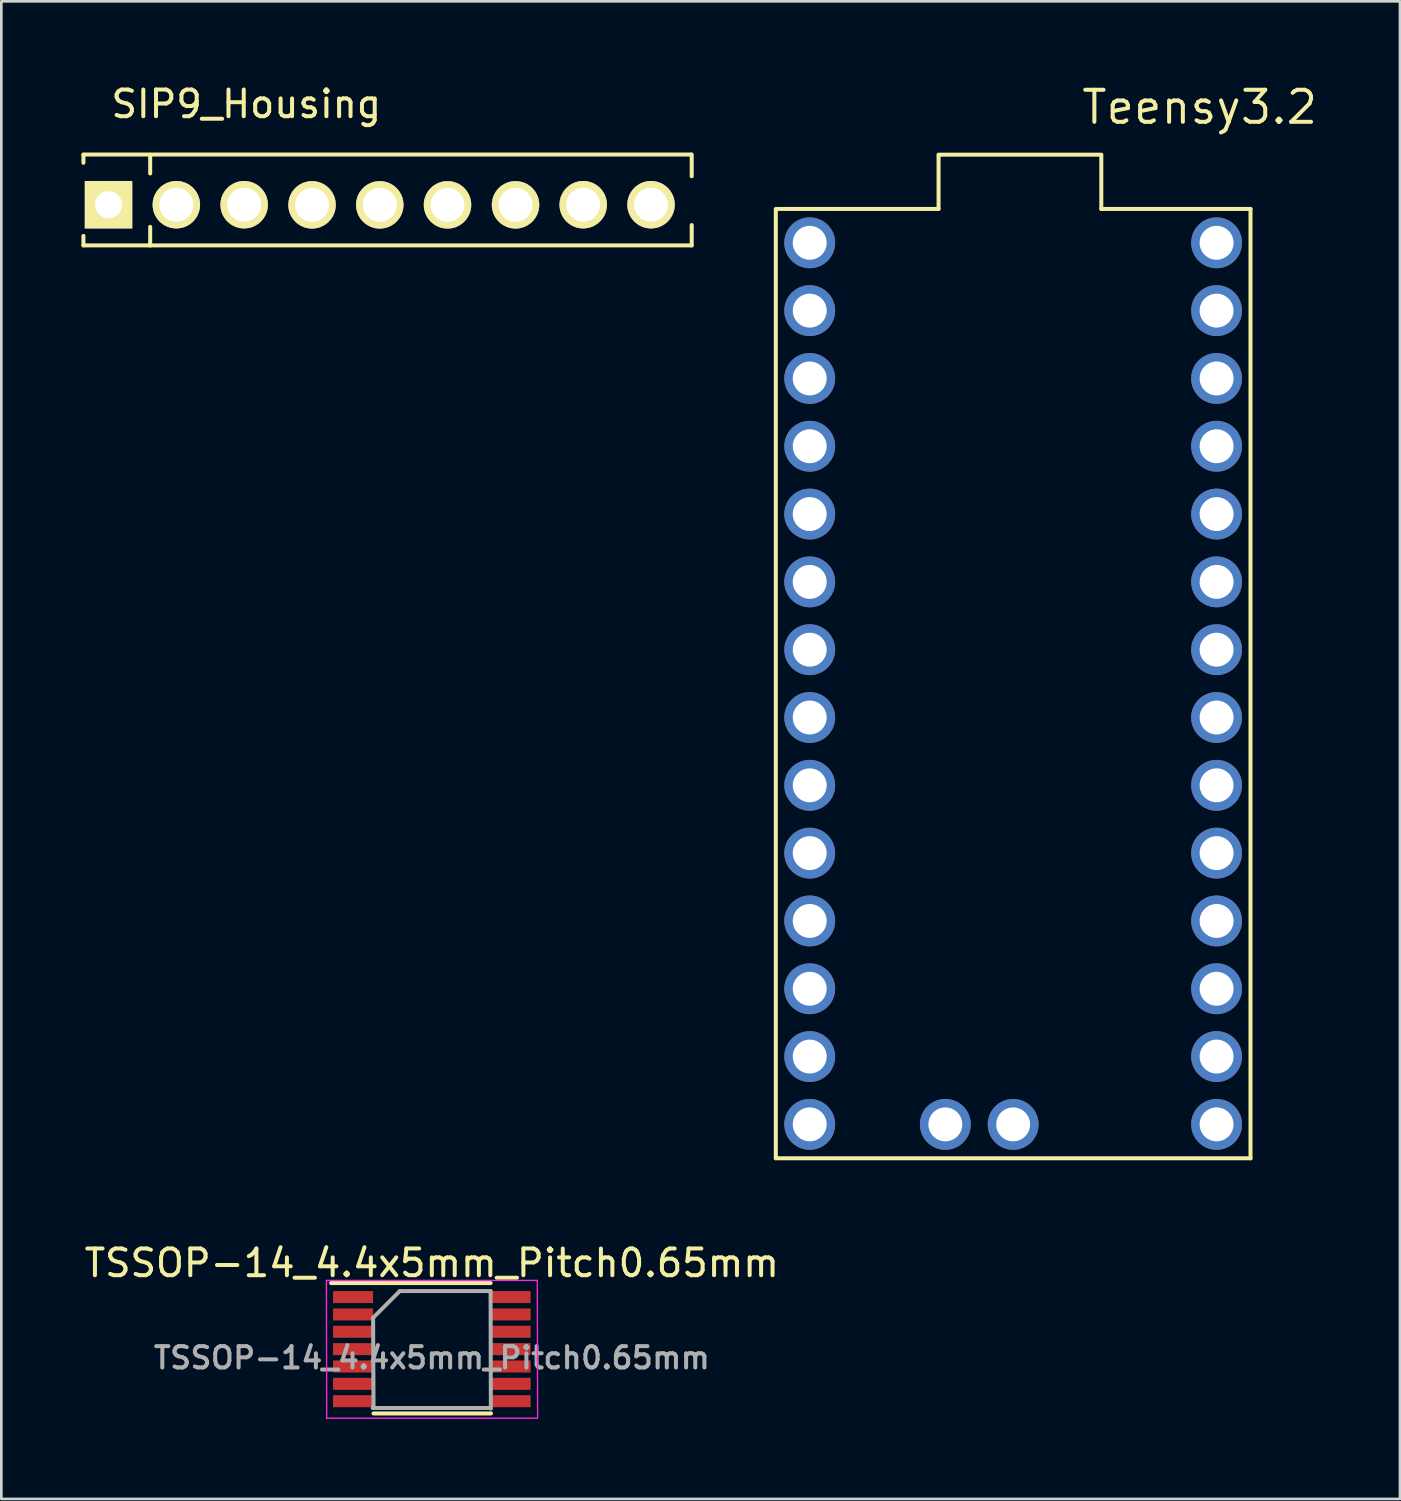
<source format=kicad_pcb>
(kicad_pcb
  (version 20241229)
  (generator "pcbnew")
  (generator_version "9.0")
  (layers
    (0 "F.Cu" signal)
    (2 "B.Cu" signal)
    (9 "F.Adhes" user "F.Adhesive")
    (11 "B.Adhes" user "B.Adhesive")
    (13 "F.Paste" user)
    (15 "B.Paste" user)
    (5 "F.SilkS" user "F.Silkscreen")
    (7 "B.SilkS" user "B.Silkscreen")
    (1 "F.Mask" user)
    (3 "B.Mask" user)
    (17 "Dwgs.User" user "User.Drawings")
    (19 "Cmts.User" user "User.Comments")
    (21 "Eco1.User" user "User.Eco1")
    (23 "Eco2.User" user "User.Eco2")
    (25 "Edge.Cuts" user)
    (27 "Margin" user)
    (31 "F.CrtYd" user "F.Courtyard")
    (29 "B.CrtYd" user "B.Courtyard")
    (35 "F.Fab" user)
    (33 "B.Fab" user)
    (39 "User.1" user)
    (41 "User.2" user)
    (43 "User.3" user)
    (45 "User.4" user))
  (footprint "TSSOP-14_4.4x5mm_Pitch0.65mm"
    (layer "F.Cu")
    (at 13.125 47.809)
    (property "Reference" "TSSOP-14_4.4x5mm_Pitch0.65mm" (at 0 -3.55 0) (layer "F.SilkS") (effects (font (size 1 1) (thickness 0.15))))
    (attr smd)
    (fp_line (start -3.775 -2.8) (end 2.2 -2.8) (stroke (width 0.15) (type solid)) (layer "F.SilkS"))
    (fp_line (start -2.184 2.083) (end 2.216 2.083) (stroke (width 0.15) (type solid)) (layer "F.SilkS"))
    (fp_line (start -3.95 -2.9) (end -3.937 2.261) (stroke (width 0.05) (type solid)) (layer "F.CrtYd"))
    (fp_line (start -3.95 -2.9) (end 3.95 -2.9) (stroke (width 0.05) (type solid)) (layer "F.CrtYd"))
    (fp_line (start -3.95 2.261) (end 3.95 2.261) (stroke (width 0.05) (type solid)) (layer "F.CrtYd"))
    (fp_line (start 3.95 -2.9) (end 3.962 2.261) (stroke (width 0.05) (type solid)) (layer "F.CrtYd"))
    (fp_line (start -2.2 -1.5) (end -1.2 -2.5) (stroke (width 0.15) (type solid)) (layer "F.Fab"))
    (fp_line (start -2.184 1.88) (end -2.2 -1.5) (stroke (width 0.15) (type solid)) (layer "F.Fab"))
    (fp_line (start -1.2 -2.5) (end 2.2 -2.5) (stroke (width 0.15) (type solid)) (layer "F.Fab"))
    (fp_line (start 2.184 1.88) (end -2.216 1.88) (stroke (width 0.15) (type solid)) (layer "F.Fab"))
    (fp_line (start 2.2 -2.5) (end 2.21 1.905) (stroke (width 0.15) (type solid)) (layer "F.Fab"))
    (fp_text user "${REFERENCE}" (at 0 0 0) (layer "F.Fab") (effects (font (size 0.8 0.8) (thickness 0.15))))
    (pad "1" smd rect (at -2.95 -2.275) (size 1.5 0.45) (layers "F.Cu" "F.Mask" "F.Paste"))
    (pad "2" smd rect (at -2.95 -1.625) (size 1.5 0.45) (layers "F.Cu" "F.Mask" "F.Paste"))
    (pad "3" smd rect (at -2.95 -0.975) (size 1.5 0.45) (layers "F.Cu" "F.Mask" "F.Paste"))
    (pad "4" smd rect (at -2.95 -0.325) (size 1.5 0.45) (layers "F.Cu" "F.Mask" "F.Paste"))
    (pad "5" smd rect (at -2.95 0.325) (size 1.5 0.45) (layers "F.Cu" "F.Mask" "F.Paste"))
    (pad "6" smd rect (at -2.95 0.975) (size 1.5 0.45) (layers "F.Cu" "F.Mask" "F.Paste"))
    (pad "7" smd rect (at -2.95 1.625) (size 1.5 0.45) (layers "F.Cu" "F.Mask" "F.Paste"))
    (pad "8" smd rect (at 2.95 1.625) (size 1.5 0.45) (layers "F.Cu" "F.Mask" "F.Paste"))
    (pad "9" smd rect (at 2.95 0.975) (size 1.5 0.45) (layers "F.Cu" "F.Mask" "F.Paste"))
    (pad "10" smd rect (at 2.95 0.325) (size 1.5 0.45) (layers "F.Cu" "F.Mask" "F.Paste"))
    (pad "11" smd rect (at 2.95 -0.325) (size 1.5 0.45) (layers "F.Cu" "F.Mask" "F.Paste"))
    (pad "12" smd rect (at 2.95 -0.975) (size 1.5 0.45) (layers "F.Cu" "F.Mask" "F.Paste"))
    (pad "13" smd rect (at 2.95 -1.625) (size 1.5 0.45) (layers "F.Cu" "F.Mask" "F.Paste"))
    (pad "14" smd rect (at 2.95 -2.275) (size 1.5 0.45) (layers "F.Cu" "F.Mask" "F.Paste")))
  (footprint "SIP9_Housing"
    (layer "F.Cu")
    (at 1.015 4.618)
    (property "Reference" "SIP9_Housing" (at 5.16 -3.77 0) (layer "F.SilkS") (effects (font (size 1 1) (thickness 0.15))))
    (attr through_hole)
    (fp_line (start -0.94 -1.87) (end -0.94 -1.57) (stroke (width 0.15) (type solid)) (layer "F.SilkS"))
    (fp_line (start -0.94 -1.88) (end 21.819 -1.88) (stroke (width 0.15) (type solid)) (layer "F.SilkS"))
    (fp_line (start -0.94 1.524) (end -0.94 1.168) (stroke (width 0.15) (type solid)) (layer "F.SilkS"))
    (fp_line (start -0.94 1.524) (end 21.844 1.524) (stroke (width 0.15) (type solid)) (layer "F.SilkS"))
    (fp_line (start 1.56 -1.87) (end 1.56 -1.17) (stroke (width 0.15) (type solid)) (layer "F.SilkS"))
    (fp_line (start 1.56 1.53) (end 1.56 0.83) (stroke (width 0.15) (type solid)) (layer "F.SilkS"))
    (fp_line (start 21.844 -1.88) (end 21.844 -1.067) (stroke (width 0.15) (type solid)) (layer "F.SilkS"))
    (fp_line (start 21.844 1.524) (end 21.844 0.762) (stroke (width 0.15) (type solid)) (layer "F.SilkS"))
    (pad "1" thru_hole rect (at 0 0 90) (size 1.778 1.778) (drill 1.016) (layers "*.Cu" "*.Mask" "F.SilkS"))
    (pad "2" thru_hole circle (at 2.54 0 90) (size 1.778 1.778) (drill 1.27) (layers "*.Cu" "*.Mask" "F.SilkS"))
    (pad "3" thru_hole circle (at 5.08 0 90) (size 1.778 1.778) (drill 1.27) (layers "*.Cu" "*.Mask" "F.SilkS"))
    (pad "4" thru_hole circle (at 7.623 0.005 90) (size 1.778 1.778) (drill 1.27) (layers "*.Cu" "*.Mask" "F.SilkS"))
    (pad "5" thru_hole circle (at 10.16 0.005 90) (size 1.778 1.778) (drill 1.27) (layers "*.Cu" "*.Mask" "F.SilkS"))
    (pad "6" thru_hole circle (at 12.697 0.005 90) (size 1.778 1.778) (drill 1.27) (layers "*.Cu" "*.Mask" "F.SilkS"))
    (pad "7" thru_hole circle (at 15.245 0.005 90) (size 1.778 1.778) (drill 1.27) (layers "*.Cu" "*.Mask" "F.SilkS"))
    (pad "8" thru_hole circle (at 17.78 0 90) (size 1.778 1.778) (drill 1.27) (layers "*.Cu" "*.Mask" "F.SilkS"))
    (pad "9" thru_hole circle (at 20.32 0 90) (size 1.778 1.778) (drill 1.27) (layers "*.Cu" "*.Mask" "F.SilkS")))
  (footprint "Teensy3.2"
    (layer "F.Cu")
    (at 27.279 6.045)
    (property "Reference" "Teensy3.2" (at 14.605 -5.08 0) (layer "F.SilkS") (effects (font (size 1.2 1.2) (thickness 0.15))))
    (attr through_hole)
    (fp_line (start -1.27 -1.27) (end -1.27 34.29) (stroke (width 0.15) (type solid)) (layer "F.SilkS"))
    (fp_line (start -1.27 34.29) (end 16.51 34.29) (stroke (width 0.15) (type solid)) (layer "F.SilkS"))
    (fp_line (start 4.826 -1.27) (end -1.234 -1.27) (stroke (width 0.15) (type solid)) (layer "F.SilkS"))
    (fp_line (start 4.826 -1.27) (end 4.826 -3.27) (stroke (width 0.15) (type solid)) (layer "F.SilkS"))
    (fp_line (start 10.922 -3.302) (end 4.826 -3.302) (stroke (width 0.15) (type solid)) (layer "F.SilkS"))
    (fp_line (start 10.922 -3.27) (end 10.922 -1.27) (stroke (width 0.15) (type solid)) (layer "F.SilkS"))
    (fp_line (start 16.51 -1.27) (end 10.922 -1.27) (stroke (width 0.15) (type solid)) (layer "F.SilkS"))
    (fp_line (start 16.51 34.29) (end 16.51 -1.27) (stroke (width 0.15) (type solid)) (layer "F.SilkS"))
    (pad "1" thru_hole circle (at 0 0 270) (size 1.905 1.905) (drill 1.27) (layers "*.Cu" "*.Mask"))
    (pad "2" thru_hole circle (at 0 2.54 270) (size 1.905 1.905) (drill 1.27) (layers "*.Cu" "*.Mask"))
    (pad "3" thru_hole circle (at 0 5.08 270) (size 1.905 1.905) (drill 1.27) (layers "*.Cu" "*.Mask"))
    (pad "4" thru_hole circle (at 0 7.62 270) (size 1.905 1.905) (drill 1.27) (layers "*.Cu" "*.Mask"))
    (pad "5" thru_hole circle (at 0 10.16 270) (size 1.905 1.905) (drill 1.27) (layers "*.Cu" "*.Mask"))
    (pad "6" thru_hole circle (at 0 12.7 270) (size 1.905 1.905) (drill 1.27) (layers "*.Cu" "*.Mask"))
    (pad "7" thru_hole circle (at 0 15.24 270) (size 1.905 1.905) (drill 1.27) (layers "*.Cu" "*.Mask"))
    (pad "8" thru_hole circle (at 0 17.78 270) (size 1.905 1.905) (drill 1.27) (layers "*.Cu" "*.Mask"))
    (pad "9" thru_hole circle (at 0 20.32 270) (size 1.905 1.905) (drill 1.27) (layers "*.Cu" "*.Mask"))
    (pad "10" thru_hole circle (at 0 22.86 270) (size 1.905 1.905) (drill 1.27) (layers "*.Cu" "*.Mask"))
    (pad "11" thru_hole circle (at 0 25.4 270) (size 1.905 1.905) (drill 1.27) (layers "*.Cu" "*.Mask"))
    (pad "12" thru_hole circle (at 0 27.94 270) (size 1.905 1.905) (drill 1.27) (layers "*.Cu" "*.Mask"))
    (pad "13" thru_hole circle (at 0 30.48 270) (size 1.905 1.905) (drill 1.27) (layers "*.Cu" "*.Mask"))
    (pad "14" thru_hole circle (at 0 33.02 270) (size 1.905 1.905) (drill 1.27) (layers "*.Cu" "*.Mask"))
    (pad "16" thru_hole circle (at 5.08 33.02 270) (size 1.905 1.905) (drill 1.27) (layers "*.Cu" "*.Mask"))
    (pad "17" thru_hole circle (at 7.62 33.02 270) (size 1.905 1.905) (drill 1.27) (layers "*.Cu" "*.Mask"))
    (pad "20" thru_hole circle (at 15.24 33.02 270) (size 1.905 1.905) (drill 1.27) (layers "*.Cu" "*.Mask"))
    (pad "21" thru_hole circle (at 15.24 30.48 270) (size 1.905 1.905) (drill 1.27) (layers "*.Cu" "*.Mask"))
    (pad "22" thru_hole circle (at 15.24 27.94 270) (size 1.905 1.905) (drill 1.27) (layers "*.Cu" "*.Mask"))
    (pad "23" thru_hole circle (at 15.24 25.4 270) (size 1.905 1.905) (drill 1.27) (layers "*.Cu" "*.Mask"))
    (pad "24" thru_hole circle (at 15.24 22.86 270) (size 1.905 1.905) (drill 1.27) (layers "*.Cu" "*.Mask"))
    (pad "25" thru_hole circle (at 15.24 20.32 270) (size 1.905 1.905) (drill 1.27) (layers "*.Cu" "*.Mask"))
    (pad "26" thru_hole circle (at 15.24 17.78 270) (size 1.905 1.905) (drill 1.27) (layers "*.Cu" "*.Mask"))
    (pad "27" thru_hole circle (at 15.24 15.24 270) (size 1.905 1.905) (drill 1.27) (layers "*.Cu" "*.Mask"))
    (pad "28" thru_hole circle (at 15.24 12.7 270) (size 1.905 1.905) (drill 1.27) (layers "*.Cu" "*.Mask"))
    (pad "29" thru_hole circle (at 15.24 10.16 270) (size 1.905 1.905) (drill 1.27) (layers "*.Cu" "*.Mask"))
    (pad "30" thru_hole circle (at 15.24 7.62 270) (size 1.905 1.905) (drill 1.27) (layers "*.Cu" "*.Mask"))
    (pad "31" thru_hole circle (at 15.24 5.08 270) (size 1.905 1.905) (drill 1.27) (layers "*.Cu" "*.Mask"))
    (pad "32" thru_hole circle (at 15.24 2.54 270) (size 1.905 1.905) (drill 1.27) (layers "*.Cu" "*.Mask"))
    (pad "33" thru_hole circle (at 15.24 0 270) (size 1.905 1.905) (drill 1.27) (layers "*.Cu" "*.Mask")))
  (gr_rect
    (start -3 -3)
    (end 49.389 53.094)
    (stroke (width 0.1) (type default))
    (fill no)
    (layer "Edge.Cuts")))
</source>
